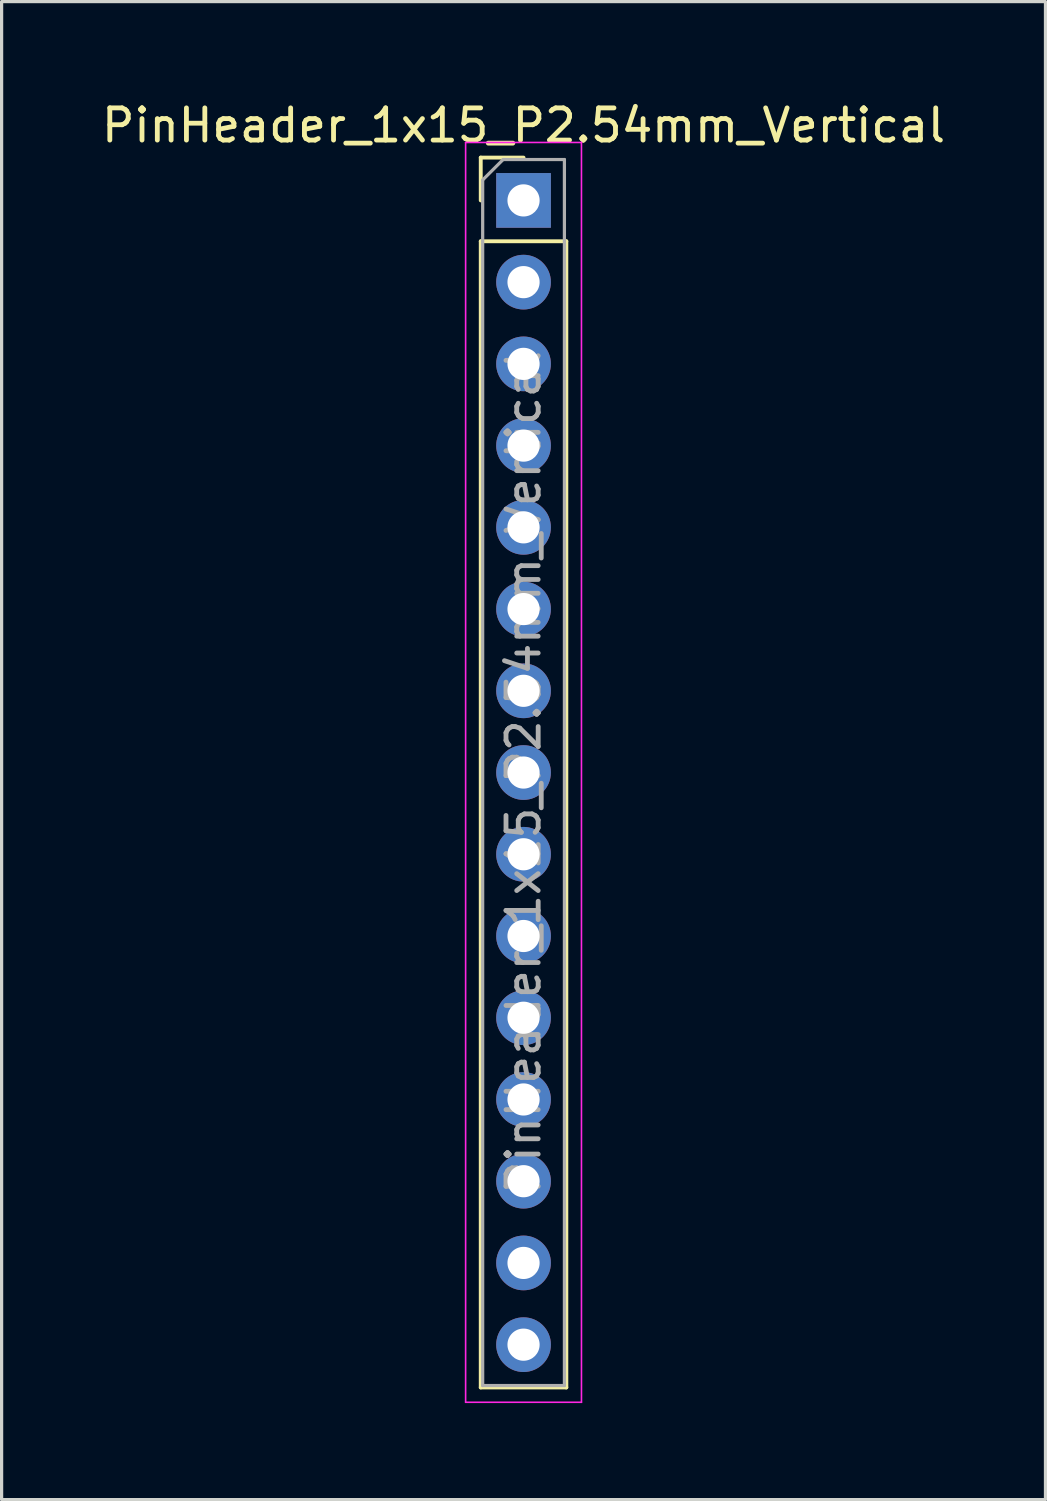
<source format=kicad_pcb>
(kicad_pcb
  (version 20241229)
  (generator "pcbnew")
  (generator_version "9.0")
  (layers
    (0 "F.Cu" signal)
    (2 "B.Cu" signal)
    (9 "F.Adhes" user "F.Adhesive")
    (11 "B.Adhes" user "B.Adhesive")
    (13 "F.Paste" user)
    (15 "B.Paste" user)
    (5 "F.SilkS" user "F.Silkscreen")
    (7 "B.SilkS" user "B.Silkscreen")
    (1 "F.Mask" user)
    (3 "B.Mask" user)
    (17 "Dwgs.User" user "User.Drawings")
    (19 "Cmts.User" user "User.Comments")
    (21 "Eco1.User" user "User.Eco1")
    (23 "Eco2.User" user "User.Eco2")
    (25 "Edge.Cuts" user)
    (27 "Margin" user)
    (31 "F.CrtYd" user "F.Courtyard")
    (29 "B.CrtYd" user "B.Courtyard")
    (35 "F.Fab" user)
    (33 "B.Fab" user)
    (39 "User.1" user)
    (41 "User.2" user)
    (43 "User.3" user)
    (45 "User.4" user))
  (footprint "PinHeader_1x15_P2.54mm_Vertical"
    (layer "F.Cu")
    (at 13.22 3.178)
    (property "Reference" "PinHeader_1x15_P2.54mm_Vertical" (at 0 -2.33 0) (layer "F.SilkS") (effects (font (size 1 1) (thickness 0.15))))
    (attr through_hole)
    (fp_line (start -1.33 -1.33) (end 0 -1.33) (stroke (width 0.12) (type solid)) (layer "F.SilkS"))
    (fp_line (start -1.33 0) (end -1.33 -1.33) (stroke (width 0.12) (type solid)) (layer "F.SilkS"))
    (fp_line (start -1.33 1.27) (end -1.33 36.89) (stroke (width 0.12) (type solid)) (layer "F.SilkS"))
    (fp_line (start -1.33 1.27) (end 1.33 1.27) (stroke (width 0.12) (type solid)) (layer "F.SilkS"))
    (fp_line (start -1.33 36.89) (end 1.33 36.89) (stroke (width 0.12) (type solid)) (layer "F.SilkS"))
    (fp_line (start 1.33 1.27) (end 1.33 36.89) (stroke (width 0.12) (type solid)) (layer "F.SilkS"))
    (fp_line (start -1.8 -1.8) (end -1.8 37.35) (stroke (width 0.05) (type solid)) (layer "F.CrtYd"))
    (fp_line (start -1.8 37.35) (end 1.8 37.35) (stroke (width 0.05) (type solid)) (layer "F.CrtYd"))
    (fp_line (start 1.8 -1.8) (end -1.8 -1.8) (stroke (width 0.05) (type solid)) (layer "F.CrtYd"))
    (fp_line (start 1.8 37.35) (end 1.8 -1.8) (stroke (width 0.05) (type solid)) (layer "F.CrtYd"))
    (fp_line (start -1.27 -0.635) (end -0.635 -1.27) (stroke (width 0.1) (type solid)) (layer "F.Fab"))
    (fp_line (start -1.27 36.83) (end -1.27 -0.635) (stroke (width 0.1) (type solid)) (layer "F.Fab"))
    (fp_line (start -0.635 -1.27) (end 1.27 -1.27) (stroke (width 0.1) (type solid)) (layer "F.Fab"))
    (fp_line (start 1.27 -1.27) (end 1.27 36.83) (stroke (width 0.1) (type solid)) (layer "F.Fab"))
    (fp_line (start 1.27 36.83) (end -1.27 36.83) (stroke (width 0.1) (type solid)) (layer "F.Fab"))
    (fp_text user "${REFERENCE}" (at 0 17.78 90) (layer "F.Fab") (effects (font (size 1 1) (thickness 0.15))))
    (pad "1" thru_hole rect (at 0 0) (size 1.7 1.7) (drill 1) (layers "*.Cu" "*.Mask"))
    (pad "2" thru_hole oval (at 0 2.54) (size 1.7 1.7) (drill 1) (layers "*.Cu" "*.Mask"))
    (pad "3" thru_hole oval (at 0 5.08) (size 1.7 1.7) (drill 1) (layers "*.Cu" "*.Mask"))
    (pad "4" thru_hole oval (at 0 7.62) (size 1.7 1.7) (drill 1) (layers "*.Cu" "*.Mask"))
    (pad "5" thru_hole oval (at 0 10.16) (size 1.7 1.7) (drill 1) (layers "*.Cu" "*.Mask"))
    (pad "6" thru_hole oval (at 0 12.7) (size 1.7 1.7) (drill 1) (layers "*.Cu" "*.Mask"))
    (pad "7" thru_hole oval (at 0 15.24) (size 1.7 1.7) (drill 1) (layers "*.Cu" "*.Mask"))
    (pad "8" thru_hole oval (at 0 17.78) (size 1.7 1.7) (drill 1) (layers "*.Cu" "*.Mask"))
    (pad "9" thru_hole oval (at 0 20.32) (size 1.7 1.7) (drill 1) (layers "*.Cu" "*.Mask"))
    (pad "10" thru_hole oval (at 0 22.86) (size 1.7 1.7) (drill 1) (layers "*.Cu" "*.Mask"))
    (pad "11" thru_hole oval (at 0 25.4) (size 1.7 1.7) (drill 1) (layers "*.Cu" "*.Mask"))
    (pad "12" thru_hole oval (at 0 27.94) (size 1.7 1.7) (drill 1) (layers "*.Cu" "*.Mask"))
    (pad "13" thru_hole oval (at 0 30.48) (size 1.7 1.7) (drill 1) (layers "*.Cu" "*.Mask"))
    (pad "14" thru_hole oval (at 0 33.02) (size 1.7 1.7) (drill 1) (layers "*.Cu" "*.Mask"))
    (pad "15" thru_hole oval (at 0 35.56) (size 1.7 1.7) (drill 1) (layers "*.Cu" "*.Mask")))
  (gr_rect
    (start -3 -3)
    (end 29.44 43.553)
    (stroke (width 0.1) (type default))
    (fill no)
    (layer "Edge.Cuts")))
</source>
